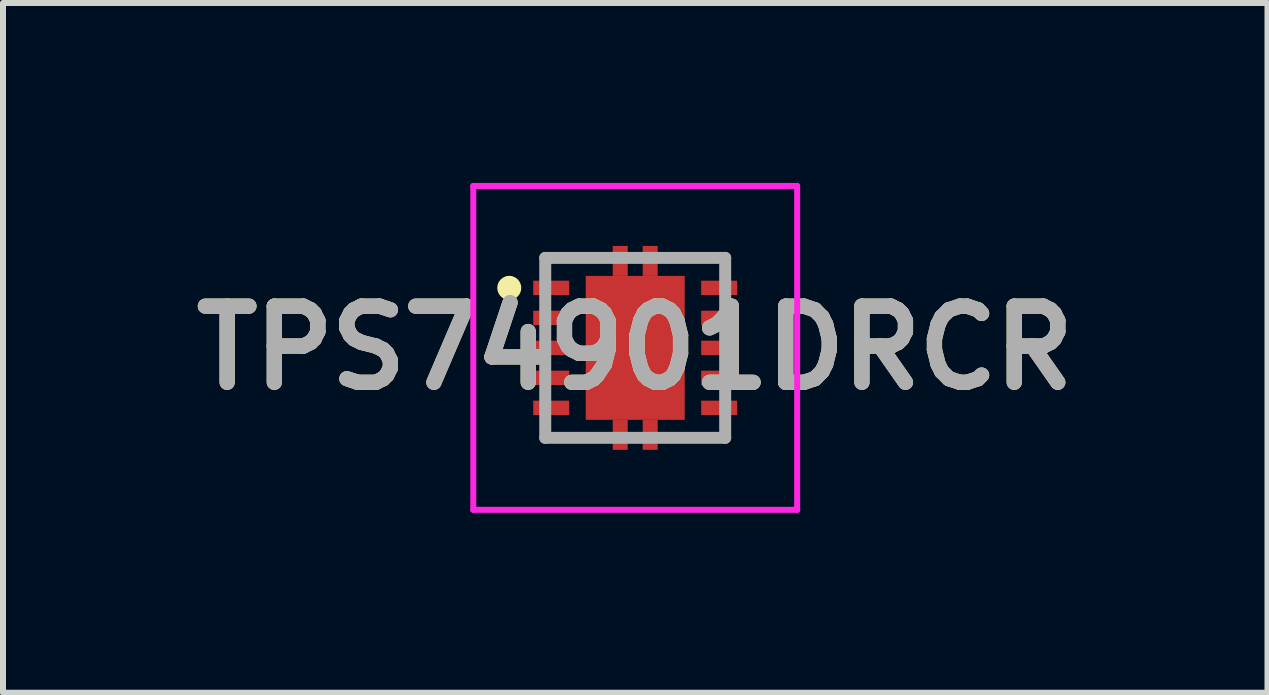
<source format=kicad_pcb>
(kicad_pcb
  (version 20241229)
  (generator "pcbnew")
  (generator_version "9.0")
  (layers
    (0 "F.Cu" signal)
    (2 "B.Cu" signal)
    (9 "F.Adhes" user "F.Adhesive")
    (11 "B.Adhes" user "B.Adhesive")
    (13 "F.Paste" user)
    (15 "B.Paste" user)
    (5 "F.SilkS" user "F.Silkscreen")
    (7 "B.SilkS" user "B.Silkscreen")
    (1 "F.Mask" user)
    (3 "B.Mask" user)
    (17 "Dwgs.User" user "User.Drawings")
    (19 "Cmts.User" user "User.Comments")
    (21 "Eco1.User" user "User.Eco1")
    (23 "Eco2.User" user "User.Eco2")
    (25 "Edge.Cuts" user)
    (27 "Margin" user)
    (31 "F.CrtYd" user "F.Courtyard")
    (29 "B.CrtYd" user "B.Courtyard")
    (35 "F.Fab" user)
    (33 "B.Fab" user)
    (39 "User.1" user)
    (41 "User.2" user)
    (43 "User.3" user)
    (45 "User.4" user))
  (footprint "TPS74901DRCR"
    (layer "F.Cu")
    (at 7.541 2.75)
    (property "Reference" "TPS74901DRCR" (at 0 0 0) (layer "F.SilkS") (effects (font (size 1.27 1.27) (thickness 0.254))))
    (attr smd)
    (fp_line (start -2.1 -1.1) (end -2.1 -1.1) (stroke (width 0.2) (type solid)) (layer "F.SilkS"))
    (fp_line (start -2.1 -0.9) (end -2.1 -0.9) (stroke (width 0.2) (type solid)) (layer "F.SilkS"))
    (fp_line (start -1.5 -1.5) (end -0.6 -1.5) (stroke (width 0.1) (type solid)) (layer "F.SilkS"))
    (fp_line (start -1.5 -1.3) (end -1.5 -1.5) (stroke (width 0.1) (type solid)) (layer "F.SilkS"))
    (fp_line (start -1.5 1.3) (end -1.5 1.5) (stroke (width 0.1) (type solid)) (layer "F.SilkS"))
    (fp_line (start -1.5 1.5) (end -0.6 1.5) (stroke (width 0.1) (type solid)) (layer "F.SilkS"))
    (fp_line (start 0.6 -1.5) (end 1.5 -1.5) (stroke (width 0.1) (type solid)) (layer "F.SilkS"))
    (fp_line (start 0.6 1.5) (end 1.5 1.5) (stroke (width 0.1) (type solid)) (layer "F.SilkS"))
    (fp_line (start 1.5 -1.5) (end 1.5 -1.3) (stroke (width 0.1) (type solid)) (layer "F.SilkS"))
    (fp_line (start 1.5 1.5) (end 1.5 1.3) (stroke (width 0.1) (type solid)) (layer "F.SilkS"))
    (fp_arc (start -2.1 -1.1) (mid -2 -1) (end -2.1 -0.9) (stroke (width 0.2) (type solid)) (layer "F.SilkS"))
    (fp_arc (start -2.1 -0.9) (mid -2.2 -1) (end -2.1 -1.1) (stroke (width 0.2) (type solid)) (layer "F.SilkS"))
    (fp_line (start -2.7 -2.7) (end 2.7 -2.7) (stroke (width 0.1) (type solid)) (layer "F.CrtYd"))
    (fp_line (start -2.7 2.7) (end -2.7 -2.7) (stroke (width 0.1) (type solid)) (layer "F.CrtYd"))
    (fp_line (start 2.7 -2.7) (end 2.7 2.7) (stroke (width 0.1) (type solid)) (layer "F.CrtYd"))
    (fp_line (start 2.7 2.7) (end -2.7 2.7) (stroke (width 0.1) (type solid)) (layer "F.CrtYd"))
    (fp_line (start -1.5 -1.5) (end 1.5 -1.5) (stroke (width 0.2) (type solid)) (layer "F.Fab"))
    (fp_line (start -1.5 1.5) (end -1.5 -1.5) (stroke (width 0.2) (type solid)) (layer "F.Fab"))
    (fp_line (start 1.5 -1.5) (end 1.5 1.5) (stroke (width 0.2) (type solid)) (layer "F.Fab"))
    (fp_line (start 1.5 1.5) (end -1.5 1.5) (stroke (width 0.2) (type solid)) (layer "F.Fab"))
    (fp_text user "${REFERENCE}" (at 0 0 0) (layer "F.Fab") (effects (font (size 1.27 1.27) (thickness 0.254))))
    (pad "1" smd rect (at -1.4 -1 90) (size 0.24 0.6) (layers "F.Cu" "F.Mask" "F.Paste"))
    (pad "2" smd rect (at -1.4 -0.5 90) (size 0.24 0.6) (layers "F.Cu" "F.Mask" "F.Paste"))
    (pad "3" smd rect (at -1.4 0 90) (size 0.24 0.6) (layers "F.Cu" "F.Mask" "F.Paste"))
    (pad "4" smd rect (at -1.4 0.5 90) (size 0.24 0.6) (layers "F.Cu" "F.Mask" "F.Paste"))
    (pad "5" smd rect (at -1.4 1 90) (size 0.24 0.6) (layers "F.Cu" "F.Mask" "F.Paste"))
    (pad "6" smd rect (at 1.4 1 90) (size 0.24 0.6) (layers "F.Cu" "F.Mask" "F.Paste"))
    (pad "7" smd rect (at 1.4 0.5 90) (size 0.24 0.6) (layers "F.Cu" "F.Mask" "F.Paste"))
    (pad "8" smd rect (at 1.4 0 90) (size 0.24 0.6) (layers "F.Cu" "F.Mask" "F.Paste"))
    (pad "9" smd rect (at 1.4 -0.5 90) (size 0.24 0.6) (layers "F.Cu" "F.Mask" "F.Paste"))
    (pad "10" smd rect (at 1.4 -1 90) (size 0.24 0.6) (layers "F.Cu" "F.Mask" "F.Paste"))
    (pad "EP1" smd rect (at 0 0) (size 1.65 2.4) (layers "F.Cu" "F.Mask" "F.Paste"))
    (pad "EP2" smd rect (at -0.25 -1.45) (size 0.25 0.5) (layers "F.Cu" "F.Mask" "F.Paste"))
    (pad "EP3" smd rect (at 0.25 -1.45) (size 0.25 0.5) (layers "F.Cu" "F.Mask" "F.Paste"))
    (pad "EP4" smd rect (at -0.25 1.45) (size 0.25 0.5) (layers "F.Cu" "F.Mask" "F.Paste"))
    (pad "EP5" smd rect (at 0.25 1.45) (size 0.25 0.5) (layers "F.Cu" "F.Mask" "F.Paste")))
  (gr_rect
    (start -3 -3)
    (end 18.083 8.5)
    (stroke (width 0.1) (type default))
    (fill no)
    (layer "Edge.Cuts")))
</source>
